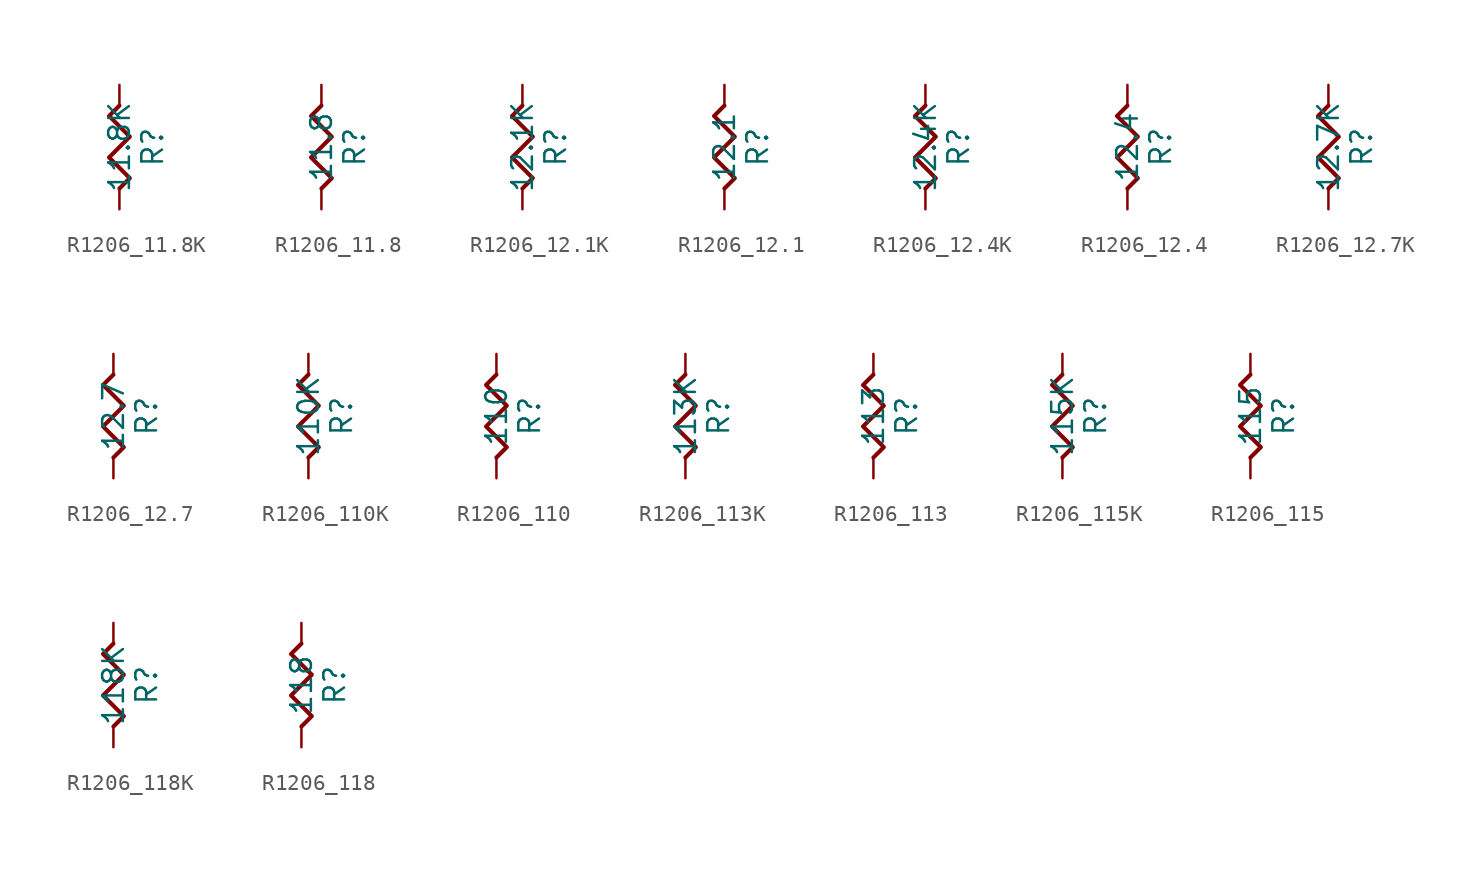
<source format=kicad_sym>
(kicad_symbol_lib
  (version 20211014)
  (generator atlantix-eda)
  (symbol "R1206_11.8K"
    (pin_numbers hide)
    (pin_names
      (offset 0))
    (property "Reference" "R"
      (at 2.032 0 90)
      (effects (font (size 1.27 1.27))))
    (property "Value" "11.8K"
      (at 0 0 90)
      (effects (font (size 1.27 1.27))))
    (symbol "R1206_11.8K_0_1"
      (polyline (pts (xy 0 -2.54) (xy 0.635 -1.905) (xy -0.635 -0.635) (xy 0.635 0.635) (xy -0.635 1.905) (xy 0 2.54)) (stroke (width 0.254) (type default) (color 0 0 0 0)) (fill (type none))))
    (symbol "R1206_11.8K_1_1"
      (pin passive line (at 0 3.81 270) (length 1.27) (name "~" (effects (font (size 1.27 1.27)))) (number "1" (effects (font (size 1.27 1.27)))))
      (pin passive line (at 0 -3.81 90) (length 1.27) (name "~" (effects (font (size 1.27 1.27)))) (number "2" (effects (font (size 1.27 1.27)))))))
  (symbol "R1206_11.8"
    (pin_numbers hide)
    (pin_names
      (offset 0))
    (property "Reference" "R"
      (at 2.032 0 90)
      (effects (font (size 1.27 1.27))))
    (property "Value" "11.8"
      (at 0 0 90)
      (effects (font (size 1.27 1.27))))
    (symbol "R1206_11.8_0_1"
      (polyline (pts (xy 0 -2.54) (xy 0.635 -1.905) (xy -0.635 -0.635) (xy 0.635 0.635) (xy -0.635 1.905) (xy 0 2.54)) (stroke (width 0.254) (type default) (color 0 0 0 0)) (fill (type none))))
    (symbol "R1206_11.8_1_1"
      (pin passive line (at 0 3.81 270) (length 1.27) (name "~" (effects (font (size 1.27 1.27)))) (number "1" (effects (font (size 1.27 1.27)))))
      (pin passive line (at 0 -3.81 90) (length 1.27) (name "~" (effects (font (size 1.27 1.27)))) (number "2" (effects (font (size 1.27 1.27)))))))
  (symbol "R1206_12.1K"
    (pin_numbers hide)
    (pin_names
      (offset 0))
    (property "Reference" "R"
      (at 2.032 0 90)
      (effects (font (size 1.27 1.27))))
    (property "Value" "12.1K"
      (at 0 0 90)
      (effects (font (size 1.27 1.27))))
    (symbol "R1206_12.1K_0_1"
      (polyline (pts (xy 0 -2.54) (xy 0.635 -1.905) (xy -0.635 -0.635) (xy 0.635 0.635) (xy -0.635 1.905) (xy 0 2.54)) (stroke (width 0.254) (type default) (color 0 0 0 0)) (fill (type none))))
    (symbol "R1206_12.1K_1_1"
      (pin passive line (at 0 3.81 270) (length 1.27) (name "~" (effects (font (size 1.27 1.27)))) (number "1" (effects (font (size 1.27 1.27)))))
      (pin passive line (at 0 -3.81 90) (length 1.27) (name "~" (effects (font (size 1.27 1.27)))) (number "2" (effects (font (size 1.27 1.27)))))))
  (symbol "R1206_12.1"
    (pin_numbers hide)
    (pin_names
      (offset 0))
    (property "Reference" "R"
      (at 2.032 0 90)
      (effects (font (size 1.27 1.27))))
    (property "Value" "12.1"
      (at 0 0 90)
      (effects (font (size 1.27 1.27))))
    (symbol "R1206_12.1_0_1"
      (polyline (pts (xy 0 -2.54) (xy 0.635 -1.905) (xy -0.635 -0.635) (xy 0.635 0.635) (xy -0.635 1.905) (xy 0 2.54)) (stroke (width 0.254) (type default) (color 0 0 0 0)) (fill (type none))))
    (symbol "R1206_12.1_1_1"
      (pin passive line (at 0 3.81 270) (length 1.27) (name "~" (effects (font (size 1.27 1.27)))) (number "1" (effects (font (size 1.27 1.27)))))
      (pin passive line (at 0 -3.81 90) (length 1.27) (name "~" (effects (font (size 1.27 1.27)))) (number "2" (effects (font (size 1.27 1.27)))))))
  (symbol "R1206_12.4K"
    (pin_numbers hide)
    (pin_names
      (offset 0))
    (property "Reference" "R"
      (at 2.032 0 90)
      (effects (font (size 1.27 1.27))))
    (property "Value" "12.4K"
      (at 0 0 90)
      (effects (font (size 1.27 1.27))))
    (symbol "R1206_12.4K_0_1"
      (polyline (pts (xy 0 -2.54) (xy 0.635 -1.905) (xy -0.635 -0.635) (xy 0.635 0.635) (xy -0.635 1.905) (xy 0 2.54)) (stroke (width 0.254) (type default) (color 0 0 0 0)) (fill (type none))))
    (symbol "R1206_12.4K_1_1"
      (pin passive line (at 0 3.81 270) (length 1.27) (name "~" (effects (font (size 1.27 1.27)))) (number "1" (effects (font (size 1.27 1.27)))))
      (pin passive line (at 0 -3.81 90) (length 1.27) (name "~" (effects (font (size 1.27 1.27)))) (number "2" (effects (font (size 1.27 1.27)))))))
  (symbol "R1206_12.4"
    (pin_numbers hide)
    (pin_names
      (offset 0))
    (property "Reference" "R"
      (at 2.032 0 90)
      (effects (font (size 1.27 1.27))))
    (property "Value" "12.4"
      (at 0 0 90)
      (effects (font (size 1.27 1.27))))
    (symbol "R1206_12.4_0_1"
      (polyline (pts (xy 0 -2.54) (xy 0.635 -1.905) (xy -0.635 -0.635) (xy 0.635 0.635) (xy -0.635 1.905) (xy 0 2.54)) (stroke (width 0.254) (type default) (color 0 0 0 0)) (fill (type none))))
    (symbol "R1206_12.4_1_1"
      (pin passive line (at 0 3.81 270) (length 1.27) (name "~" (effects (font (size 1.27 1.27)))) (number "1" (effects (font (size 1.27 1.27)))))
      (pin passive line (at 0 -3.81 90) (length 1.27) (name "~" (effects (font (size 1.27 1.27)))) (number "2" (effects (font (size 1.27 1.27)))))))
  (symbol "R1206_12.7K"
    (pin_numbers hide)
    (pin_names
      (offset 0))
    (property "Reference" "R"
      (at 2.032 0 90)
      (effects (font (size 1.27 1.27))))
    (property "Value" "12.7K"
      (at 0 0 90)
      (effects (font (size 1.27 1.27))))
    (symbol "R1206_12.7K_0_1"
      (polyline (pts (xy 0 -2.54) (xy 0.635 -1.905) (xy -0.635 -0.635) (xy 0.635 0.635) (xy -0.635 1.905) (xy 0 2.54)) (stroke (width 0.254) (type default) (color 0 0 0 0)) (fill (type none))))
    (symbol "R1206_12.7K_1_1"
      (pin passive line (at 0 3.81 270) (length 1.27) (name "~" (effects (font (size 1.27 1.27)))) (number "1" (effects (font (size 1.27 1.27)))))
      (pin passive line (at 0 -3.81 90) (length 1.27) (name "~" (effects (font (size 1.27 1.27)))) (number "2" (effects (font (size 1.27 1.27)))))))
  (symbol "R1206_12.7"
    (pin_numbers hide)
    (pin_names
      (offset 0))
    (property "Reference" "R"
      (at 2.032 0 90)
      (effects (font (size 1.27 1.27))))
    (property "Value" "12.7"
      (at 0 0 90)
      (effects (font (size 1.27 1.27))))
    (symbol "R1206_12.7_0_1"
      (polyline (pts (xy 0 -2.54) (xy 0.635 -1.905) (xy -0.635 -0.635) (xy 0.635 0.635) (xy -0.635 1.905) (xy 0 2.54)) (stroke (width 0.254) (type default) (color 0 0 0 0)) (fill (type none))))
    (symbol "R1206_12.7_1_1"
      (pin passive line (at 0 3.81 270) (length 1.27) (name "~" (effects (font (size 1.27 1.27)))) (number "1" (effects (font (size 1.27 1.27)))))
      (pin passive line (at 0 -3.81 90) (length 1.27) (name "~" (effects (font (size 1.27 1.27)))) (number "2" (effects (font (size 1.27 1.27)))))))
  (symbol "R1206_110K"
    (pin_numbers hide)
    (pin_names
      (offset 0))
    (property "Reference" "R"
      (at 2.032 0 90)
      (effects (font (size 1.27 1.27))))
    (property "Value" "110K"
      (at 0 0 90)
      (effects (font (size 1.27 1.27))))
    (symbol "R1206_110K_0_1"
      (polyline (pts (xy 0 -2.54) (xy 0.635 -1.905) (xy -0.635 -0.635) (xy 0.635 0.635) (xy -0.635 1.905) (xy 0 2.54)) (stroke (width 0.254) (type default) (color 0 0 0 0)) (fill (type none))))
    (symbol "R1206_110K_1_1"
      (pin passive line (at 0 3.81 270) (length 1.27) (name "~" (effects (font (size 1.27 1.27)))) (number "1" (effects (font (size 1.27 1.27)))))
      (pin passive line (at 0 -3.81 90) (length 1.27) (name "~" (effects (font (size 1.27 1.27)))) (number "2" (effects (font (size 1.27 1.27)))))))
  (symbol "R1206_110"
    (pin_numbers hide)
    (pin_names
      (offset 0))
    (property "Reference" "R"
      (at 2.032 0 90)
      (effects (font (size 1.27 1.27))))
    (property "Value" "110"
      (at 0 0 90)
      (effects (font (size 1.27 1.27))))
    (symbol "R1206_110_0_1"
      (polyline (pts (xy 0 -2.54) (xy 0.635 -1.905) (xy -0.635 -0.635) (xy 0.635 0.635) (xy -0.635 1.905) (xy 0 2.54)) (stroke (width 0.254) (type default) (color 0 0 0 0)) (fill (type none))))
    (symbol "R1206_110_1_1"
      (pin passive line (at 0 3.81 270) (length 1.27) (name "~" (effects (font (size 1.27 1.27)))) (number "1" (effects (font (size 1.27 1.27)))))
      (pin passive line (at 0 -3.81 90) (length 1.27) (name "~" (effects (font (size 1.27 1.27)))) (number "2" (effects (font (size 1.27 1.27)))))))
  (symbol "R1206_113K"
    (pin_numbers hide)
    (pin_names
      (offset 0))
    (property "Reference" "R"
      (at 2.032 0 90)
      (effects (font (size 1.27 1.27))))
    (property "Value" "113K"
      (at 0 0 90)
      (effects (font (size 1.27 1.27))))
    (symbol "R1206_113K_0_1"
      (polyline (pts (xy 0 -2.54) (xy 0.635 -1.905) (xy -0.635 -0.635) (xy 0.635 0.635) (xy -0.635 1.905) (xy 0 2.54)) (stroke (width 0.254) (type default) (color 0 0 0 0)) (fill (type none))))
    (symbol "R1206_113K_1_1"
      (pin passive line (at 0 3.81 270) (length 1.27) (name "~" (effects (font (size 1.27 1.27)))) (number "1" (effects (font (size 1.27 1.27)))))
      (pin passive line (at 0 -3.81 90) (length 1.27) (name "~" (effects (font (size 1.27 1.27)))) (number "2" (effects (font (size 1.27 1.27)))))))
  (symbol "R1206_113"
    (pin_numbers hide)
    (pin_names
      (offset 0))
    (property "Reference" "R"
      (at 2.032 0 90)
      (effects (font (size 1.27 1.27))))
    (property "Value" "113"
      (at 0 0 90)
      (effects (font (size 1.27 1.27))))
    (symbol "R1206_113_0_1"
      (polyline (pts (xy 0 -2.54) (xy 0.635 -1.905) (xy -0.635 -0.635) (xy 0.635 0.635) (xy -0.635 1.905) (xy 0 2.54)) (stroke (width 0.254) (type default) (color 0 0 0 0)) (fill (type none))))
    (symbol "R1206_113_1_1"
      (pin passive line (at 0 3.81 270) (length 1.27) (name "~" (effects (font (size 1.27 1.27)))) (number "1" (effects (font (size 1.27 1.27)))))
      (pin passive line (at 0 -3.81 90) (length 1.27) (name "~" (effects (font (size 1.27 1.27)))) (number "2" (effects (font (size 1.27 1.27)))))))
  (symbol "R1206_115K"
    (pin_numbers hide)
    (pin_names
      (offset 0))
    (property "Reference" "R"
      (at 2.032 0 90)
      (effects (font (size 1.27 1.27))))
    (property "Value" "115K"
      (at 0 0 90)
      (effects (font (size 1.27 1.27))))
    (symbol "R1206_115K_0_1"
      (polyline (pts (xy 0 -2.54) (xy 0.635 -1.905) (xy -0.635 -0.635) (xy 0.635 0.635) (xy -0.635 1.905) (xy 0 2.54)) (stroke (width 0.254) (type default) (color 0 0 0 0)) (fill (type none))))
    (symbol "R1206_115K_1_1"
      (pin passive line (at 0 3.81 270) (length 1.27) (name "~" (effects (font (size 1.27 1.27)))) (number "1" (effects (font (size 1.27 1.27)))))
      (pin passive line (at 0 -3.81 90) (length 1.27) (name "~" (effects (font (size 1.27 1.27)))) (number "2" (effects (font (size 1.27 1.27)))))))
  (symbol "R1206_115"
    (pin_numbers hide)
    (pin_names
      (offset 0))
    (property "Reference" "R"
      (at 2.032 0 90)
      (effects (font (size 1.27 1.27))))
    (property "Value" "115"
      (at 0 0 90)
      (effects (font (size 1.27 1.27))))
    (symbol "R1206_115_0_1"
      (polyline (pts (xy 0 -2.54) (xy 0.635 -1.905) (xy -0.635 -0.635) (xy 0.635 0.635) (xy -0.635 1.905) (xy 0 2.54)) (stroke (width 0.254) (type default) (color 0 0 0 0)) (fill (type none))))
    (symbol "R1206_115_1_1"
      (pin passive line (at 0 3.81 270) (length 1.27) (name "~" (effects (font (size 1.27 1.27)))) (number "1" (effects (font (size 1.27 1.27)))))
      (pin passive line (at 0 -3.81 90) (length 1.27) (name "~" (effects (font (size 1.27 1.27)))) (number "2" (effects (font (size 1.27 1.27)))))))
  (symbol "R1206_118K"
    (pin_numbers hide)
    (pin_names
      (offset 0))
    (property "Reference" "R"
      (at 2.032 0 90)
      (effects (font (size 1.27 1.27))))
    (property "Value" "118K"
      (at 0 0 90)
      (effects (font (size 1.27 1.27))))
    (symbol "R1206_118K_0_1"
      (polyline (pts (xy 0 -2.54) (xy 0.635 -1.905) (xy -0.635 -0.635) (xy 0.635 0.635) (xy -0.635 1.905) (xy 0 2.54)) (stroke (width 0.254) (type default) (color 0 0 0 0)) (fill (type none))))
    (symbol "R1206_118K_1_1"
      (pin passive line (at 0 3.81 270) (length 1.27) (name "~" (effects (font (size 1.27 1.27)))) (number "1" (effects (font (size 1.27 1.27)))))
      (pin passive line (at 0 -3.81 90) (length 1.27) (name "~" (effects (font (size 1.27 1.27)))) (number "2" (effects (font (size 1.27 1.27)))))))
  (symbol "R1206_118"
    (pin_numbers hide)
    (pin_names
      (offset 0))
    (property "Reference" "R"
      (at 2.032 0 90)
      (effects (font (size 1.27 1.27))))
    (property "Value" "118"
      (at 0 0 90)
      (effects (font (size 1.27 1.27))))
    (symbol "R1206_118_0_1"
      (polyline (pts (xy 0 -2.54) (xy 0.635 -1.905) (xy -0.635 -0.635) (xy 0.635 0.635) (xy -0.635 1.905) (xy 0 2.54)) (stroke (width 0.254) (type default) (color 0 0 0 0)) (fill (type none))))
    (symbol "R1206_118_1_1"
      (pin passive line (at 0 3.81 270) (length 1.27) (name "~" (effects (font (size 1.27 1.27)))) (number "1" (effects (font (size 1.27 1.27)))))
      (pin passive line (at 0 -3.81 90) (length 1.27) (name "~" (effects (font (size 1.27 1.27)))) (number "2" (effects (font (size 1.27 1.27))))))))
</source>
